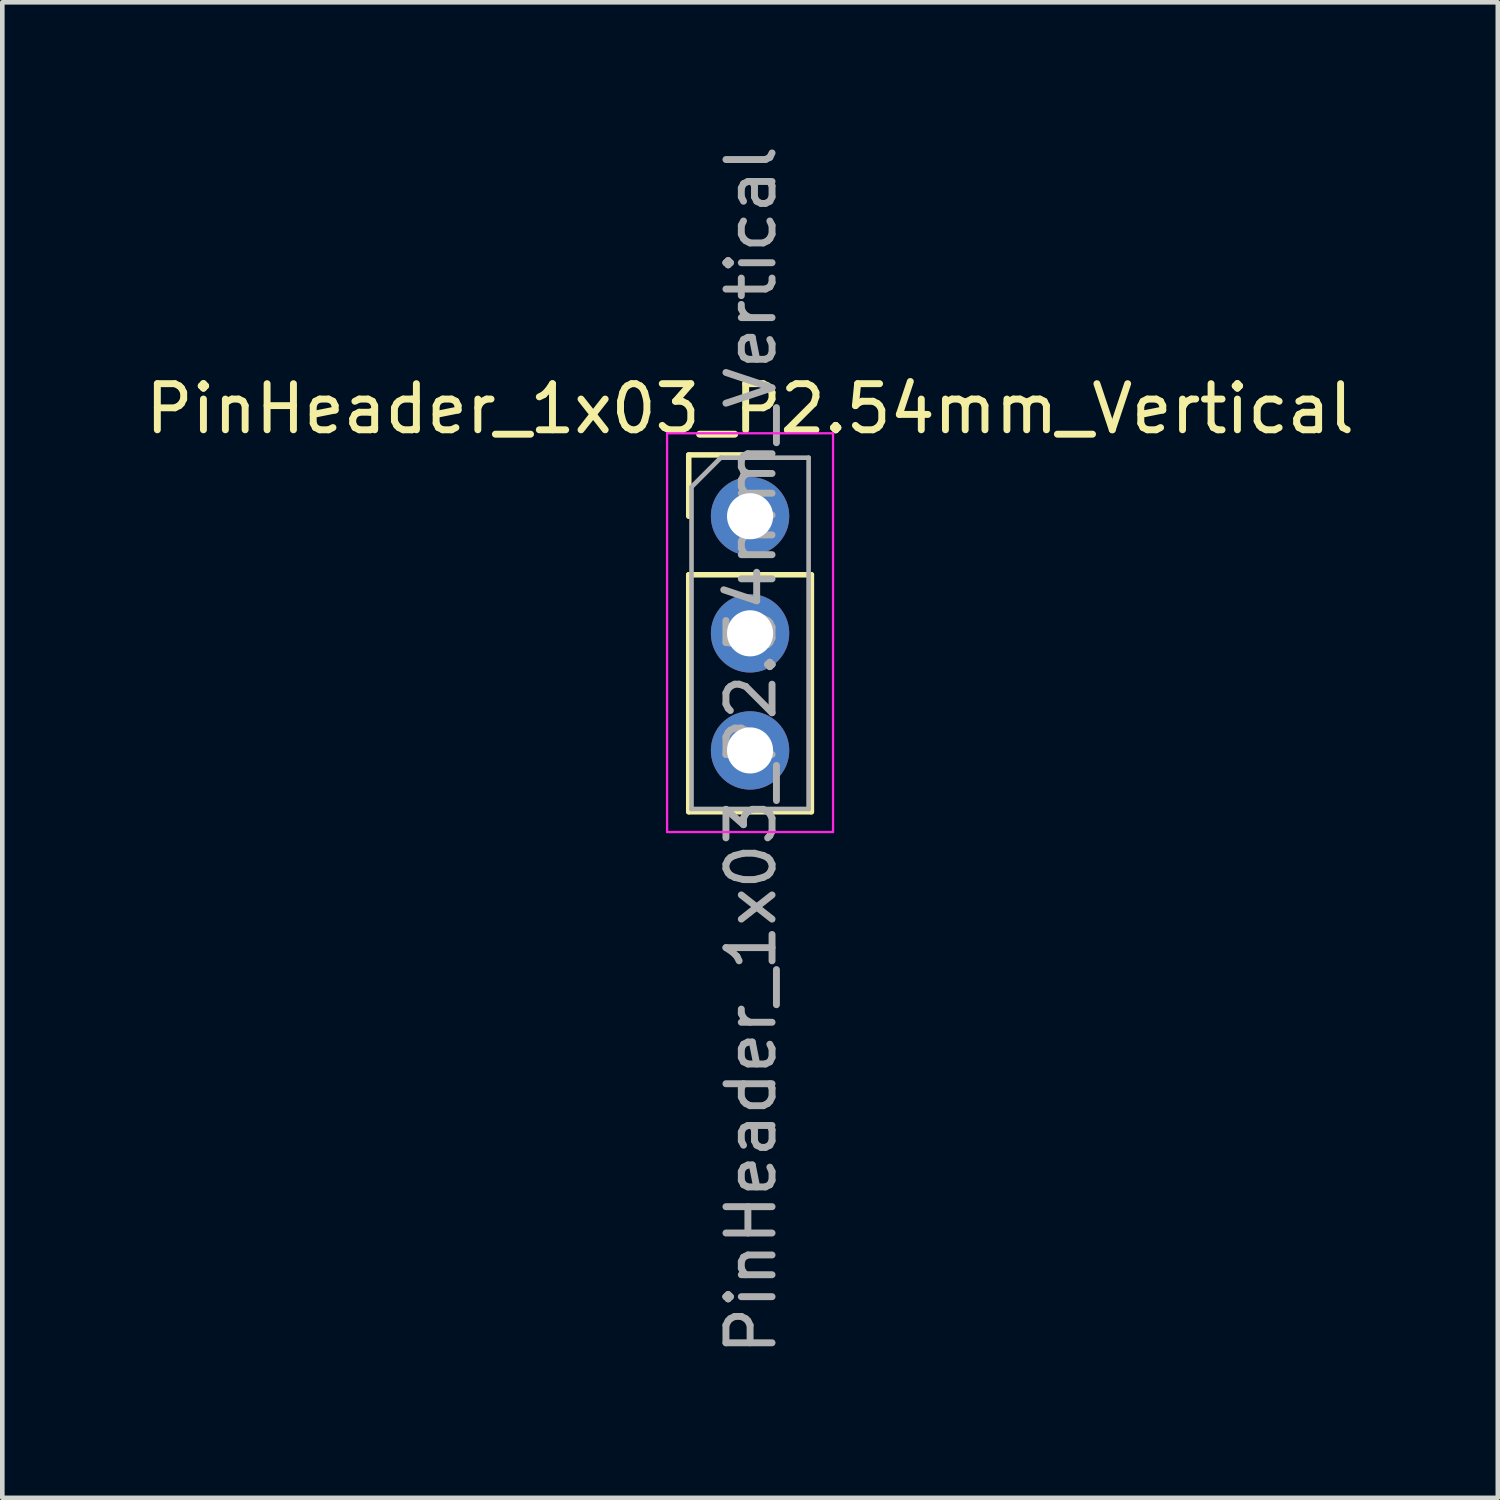
<source format=kicad_pcb>
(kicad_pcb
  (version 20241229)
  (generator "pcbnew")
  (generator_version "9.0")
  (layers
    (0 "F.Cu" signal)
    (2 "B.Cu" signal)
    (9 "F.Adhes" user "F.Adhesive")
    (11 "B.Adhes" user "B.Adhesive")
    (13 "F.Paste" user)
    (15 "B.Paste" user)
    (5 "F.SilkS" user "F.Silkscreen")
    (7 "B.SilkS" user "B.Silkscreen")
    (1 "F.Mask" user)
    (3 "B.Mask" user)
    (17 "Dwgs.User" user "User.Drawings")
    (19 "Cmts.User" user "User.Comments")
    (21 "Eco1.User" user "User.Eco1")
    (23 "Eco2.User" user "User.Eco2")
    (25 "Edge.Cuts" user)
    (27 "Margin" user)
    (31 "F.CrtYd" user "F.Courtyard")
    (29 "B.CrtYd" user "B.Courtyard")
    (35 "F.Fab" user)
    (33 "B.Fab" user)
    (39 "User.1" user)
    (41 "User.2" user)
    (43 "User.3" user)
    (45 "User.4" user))
  (footprint "PinHeader_1x03_P2.54mm_Vertical"
    (layer "F.Cu")
    (at 13.242 10.68)
    (property "Reference" "PinHeader_1x03_P2.54mm_Vertical" (at -0.022 -4.862 0) (layer "F.SilkS") (effects (font (size 1 1) (thickness 0.15))))
    (attr through_hole)
    (fp_line (start -1.352 -3.862) (end -0.022 -3.862) (stroke (width 0.12) (type solid)) (layer "F.SilkS"))
    (fp_line (start -1.352 -2.532) (end -1.352 -3.862) (stroke (width 0.12) (type solid)) (layer "F.SilkS"))
    (fp_line (start -1.352 -1.262) (end -1.352 3.878) (stroke (width 0.12) (type solid)) (layer "F.SilkS"))
    (fp_line (start -1.352 -1.262) (end 1.308 -1.262) (stroke (width 0.12) (type solid)) (layer "F.SilkS"))
    (fp_line (start -1.352 3.878) (end 1.308 3.878) (stroke (width 0.12) (type solid)) (layer "F.SilkS"))
    (fp_line (start 1.308 -1.262) (end 1.308 3.878) (stroke (width 0.12) (type solid)) (layer "F.SilkS"))
    (fp_line (start -1.822 -4.332) (end -1.822 4.318) (stroke (width 0.05) (type solid)) (layer "F.CrtYd"))
    (fp_line (start -1.822 4.318) (end 1.778 4.318) (stroke (width 0.05) (type solid)) (layer "F.CrtYd"))
    (fp_line (start 1.778 -4.332) (end -1.822 -4.332) (stroke (width 0.05) (type solid)) (layer "F.CrtYd"))
    (fp_line (start 1.778 4.318) (end 1.778 -4.332) (stroke (width 0.05) (type solid)) (layer "F.CrtYd"))
    (fp_line (start -1.292 -3.167) (end -0.657 -3.802) (stroke (width 0.1) (type solid)) (layer "F.Fab"))
    (fp_line (start -1.292 3.818) (end -1.292 -3.167) (stroke (width 0.1) (type solid)) (layer "F.Fab"))
    (fp_line (start -0.657 -3.802) (end 1.248 -3.802) (stroke (width 0.1) (type solid)) (layer "F.Fab"))
    (fp_line (start 1.248 -3.802) (end 1.248 3.818) (stroke (width 0.1) (type solid)) (layer "F.Fab"))
    (fp_line (start 1.248 3.818) (end -1.292 3.818) (stroke (width 0.1) (type solid)) (layer "F.Fab"))
    (fp_text user "${REFERENCE}" (at 0 2.54 90) (layer "F.Fab") (effects (font (size 1 1) (thickness 0.15))))
    (pad "1" thru_hole circle (at -0.022 -2.532) (size 1.7 1.7) (drill 1) (layers "*.Cu" "*.Mask"))
    (pad "2" thru_hole oval (at -0.022 0.008) (size 1.7 1.7) (drill 1) (layers "*.Cu" "*.Mask"))
    (pad "3" thru_hole oval (at -0.022 2.548) (size 1.7 1.7) (drill 1) (layers "*.Cu" "*.Mask")))
  (gr_rect
    (start -3 -3)
    (end 29.44 29.44)
    (stroke (width 0.1) (type default))
    (fill no)
    (layer "Edge.Cuts")))
</source>
